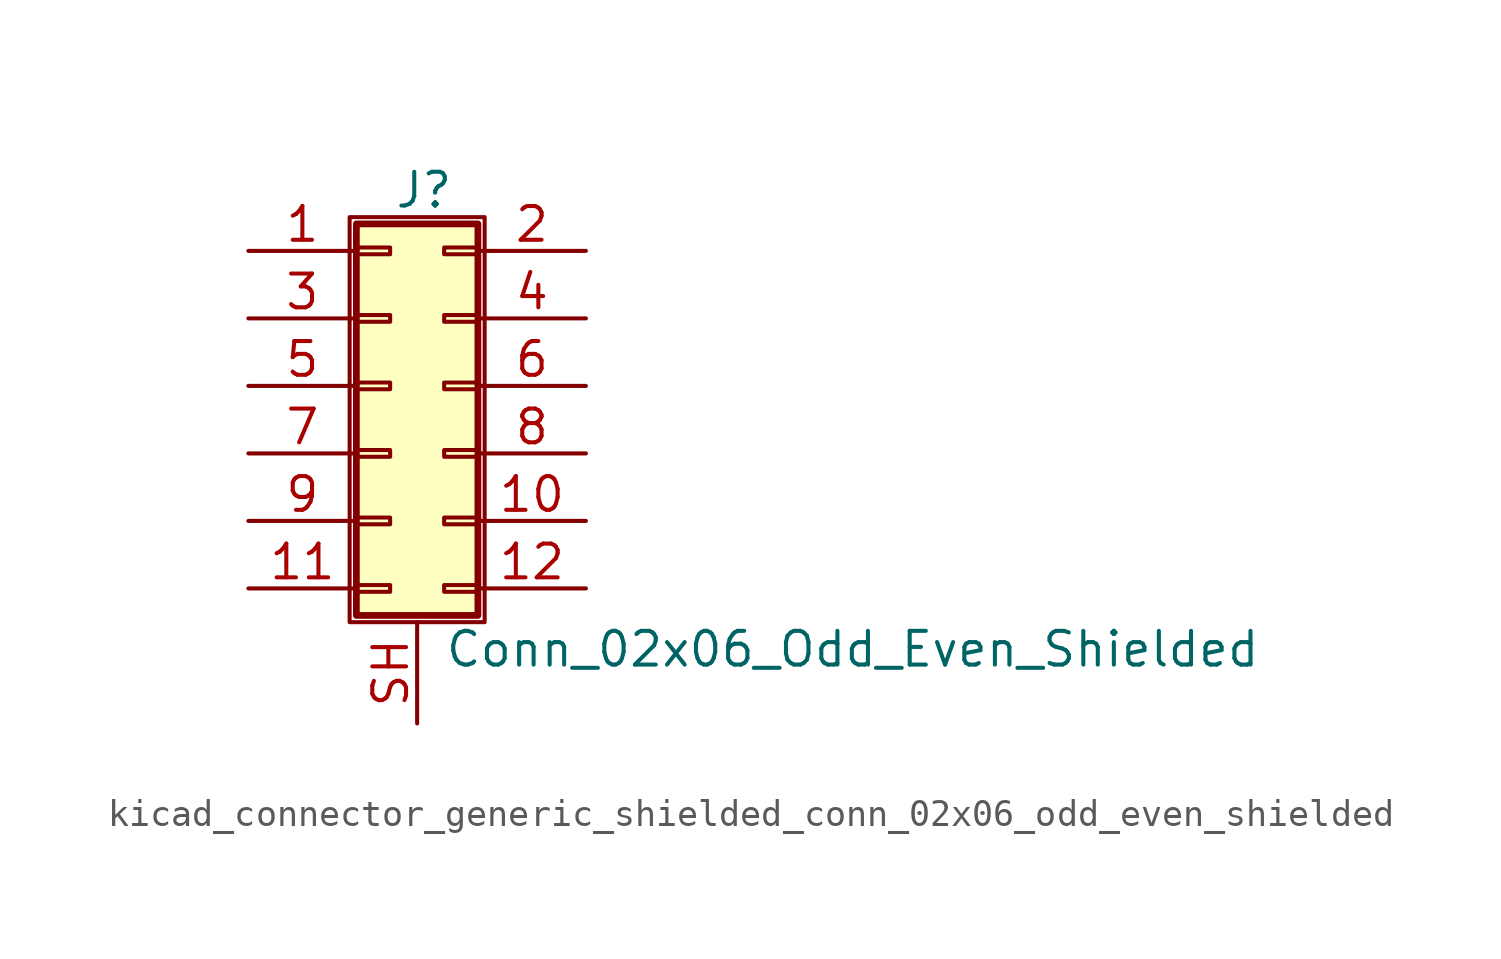
<source format=kicad_sym>
(kicad_symbol_lib
  (version 20220914)
  (generator kicad_symbol_editor)
  (symbol "kicad_connector_generic_shielded_conn_02x06_odd_even_shielded"
    (pin_names
      (offset 1.016) hide)
    (property "Reference" "J"
      (at 1.524 7.366 0)
      (effects (font (size 1.27 1.27))))
    (property "Value" "Conn_02x06_Odd_Even_Shielded"
      (at 2.286 -9.906 0)
      (effects (font (size 1.27 1.27)) (justify left)))
    (symbol "kicad_connector_generic_shielded_conn_02x06_odd_even_shielded_1_1"
      (rectangle (start -1.27 6.35) (end 3.81 -8.89) (stroke (width 0.152) (type default)) (fill (type none)))
      (rectangle (start -1.016 -7.493) (end 0.254 -7.747) (stroke (width 0.152) (type default)) (fill (type none)))
      (rectangle (start -1.016 -4.953) (end 0.254 -5.207) (stroke (width 0.152) (type default)) (fill (type none)))
      (rectangle (start -1.016 -2.413) (end 0.254 -2.667) (stroke (width 0.152) (type default)) (fill (type none)))
      (rectangle (start -1.016 0.127) (end 0.254 -0.127) (stroke (width 0.152) (type default)) (fill (type none)))
      (rectangle (start -1.016 2.667) (end 0.254 2.413) (stroke (width 0.152) (type default)) (fill (type none)))
      (rectangle (start -1.016 5.207) (end 0.254 4.953) (stroke (width 0.152) (type default)) (fill (type none)))
      (rectangle (start -1.016 6.096) (end 3.556 -8.636) (stroke (width 0.254) (type default)) (fill (type background)))
      (rectangle (start 3.556 -7.493) (end 2.286 -7.747) (stroke (width 0.152) (type default)) (fill (type none)))
      (rectangle (start 3.556 -4.953) (end 2.286 -5.207) (stroke (width 0.152) (type default)) (fill (type none)))
      (rectangle (start 3.556 -2.413) (end 2.286 -2.667) (stroke (width 0.152) (type default)) (fill (type none)))
      (rectangle (start 3.556 0.127) (end 2.286 -0.127) (stroke (width 0.152) (type default)) (fill (type none)))
      (rectangle (start 3.556 2.667) (end 2.286 2.413) (stroke (width 0.152) (type default)) (fill (type none)))
      (rectangle (start 3.556 5.207) (end 2.286 4.953) (stroke (width 0.152) (type default)) (fill (type none)))
      (pin passive line (at -5.08 5.08 0) (length 4.064) (name "Pin_1" (effects (font (size 1.27 1.27)))) (number "1" (effects (font (size 1.27 1.27)))))
      (pin passive line (at 7.62 -5.08 180) (length 4.064) (name "Pin_10" (effects (font (size 1.27 1.27)))) (number "10" (effects (font (size 1.27 1.27)))))
      (pin passive line (at -5.08 -7.62 0) (length 4.064) (name "Pin_11" (effects (font (size 1.27 1.27)))) (number "11" (effects (font (size 1.27 1.27)))))
      (pin passive line (at 7.62 -7.62 180) (length 4.064) (name "Pin_12" (effects (font (size 1.27 1.27)))) (number "12" (effects (font (size 1.27 1.27)))))
      (pin passive line (at 7.62 5.08 180) (length 4.064) (name "Pin_2" (effects (font (size 1.27 1.27)))) (number "2" (effects (font (size 1.27 1.27)))))
      (pin passive line (at -5.08 2.54 0) (length 4.064) (name "Pin_3" (effects (font (size 1.27 1.27)))) (number "3" (effects (font (size 1.27 1.27)))))
      (pin passive line (at 7.62 2.54 180) (length 4.064) (name "Pin_4" (effects (font (size 1.27 1.27)))) (number "4" (effects (font (size 1.27 1.27)))))
      (pin passive line (at -5.08 0 0) (length 4.064) (name "Pin_5" (effects (font (size 1.27 1.27)))) (number "5" (effects (font (size 1.27 1.27)))))
      (pin passive line (at 7.62 0 180) (length 4.064) (name "Pin_6" (effects (font (size 1.27 1.27)))) (number "6" (effects (font (size 1.27 1.27)))))
      (pin passive line (at -5.08 -2.54 0) (length 4.064) (name "Pin_7" (effects (font (size 1.27 1.27)))) (number "7" (effects (font (size 1.27 1.27)))))
      (pin passive line (at 7.62 -2.54 180) (length 4.064) (name "Pin_8" (effects (font (size 1.27 1.27)))) (number "8" (effects (font (size 1.27 1.27)))))
      (pin passive line (at -5.08 -5.08 0) (length 4.064) (name "Pin_9" (effects (font (size 1.27 1.27)))) (number "9" (effects (font (size 1.27 1.27)))))
      (pin passive line (at 1.27 -12.7 90) (length 3.81) (name "Shield" (effects (font (size 1.27 1.27)))) (number "SH" (effects (font (size 1.27 1.27))))))))
</source>
